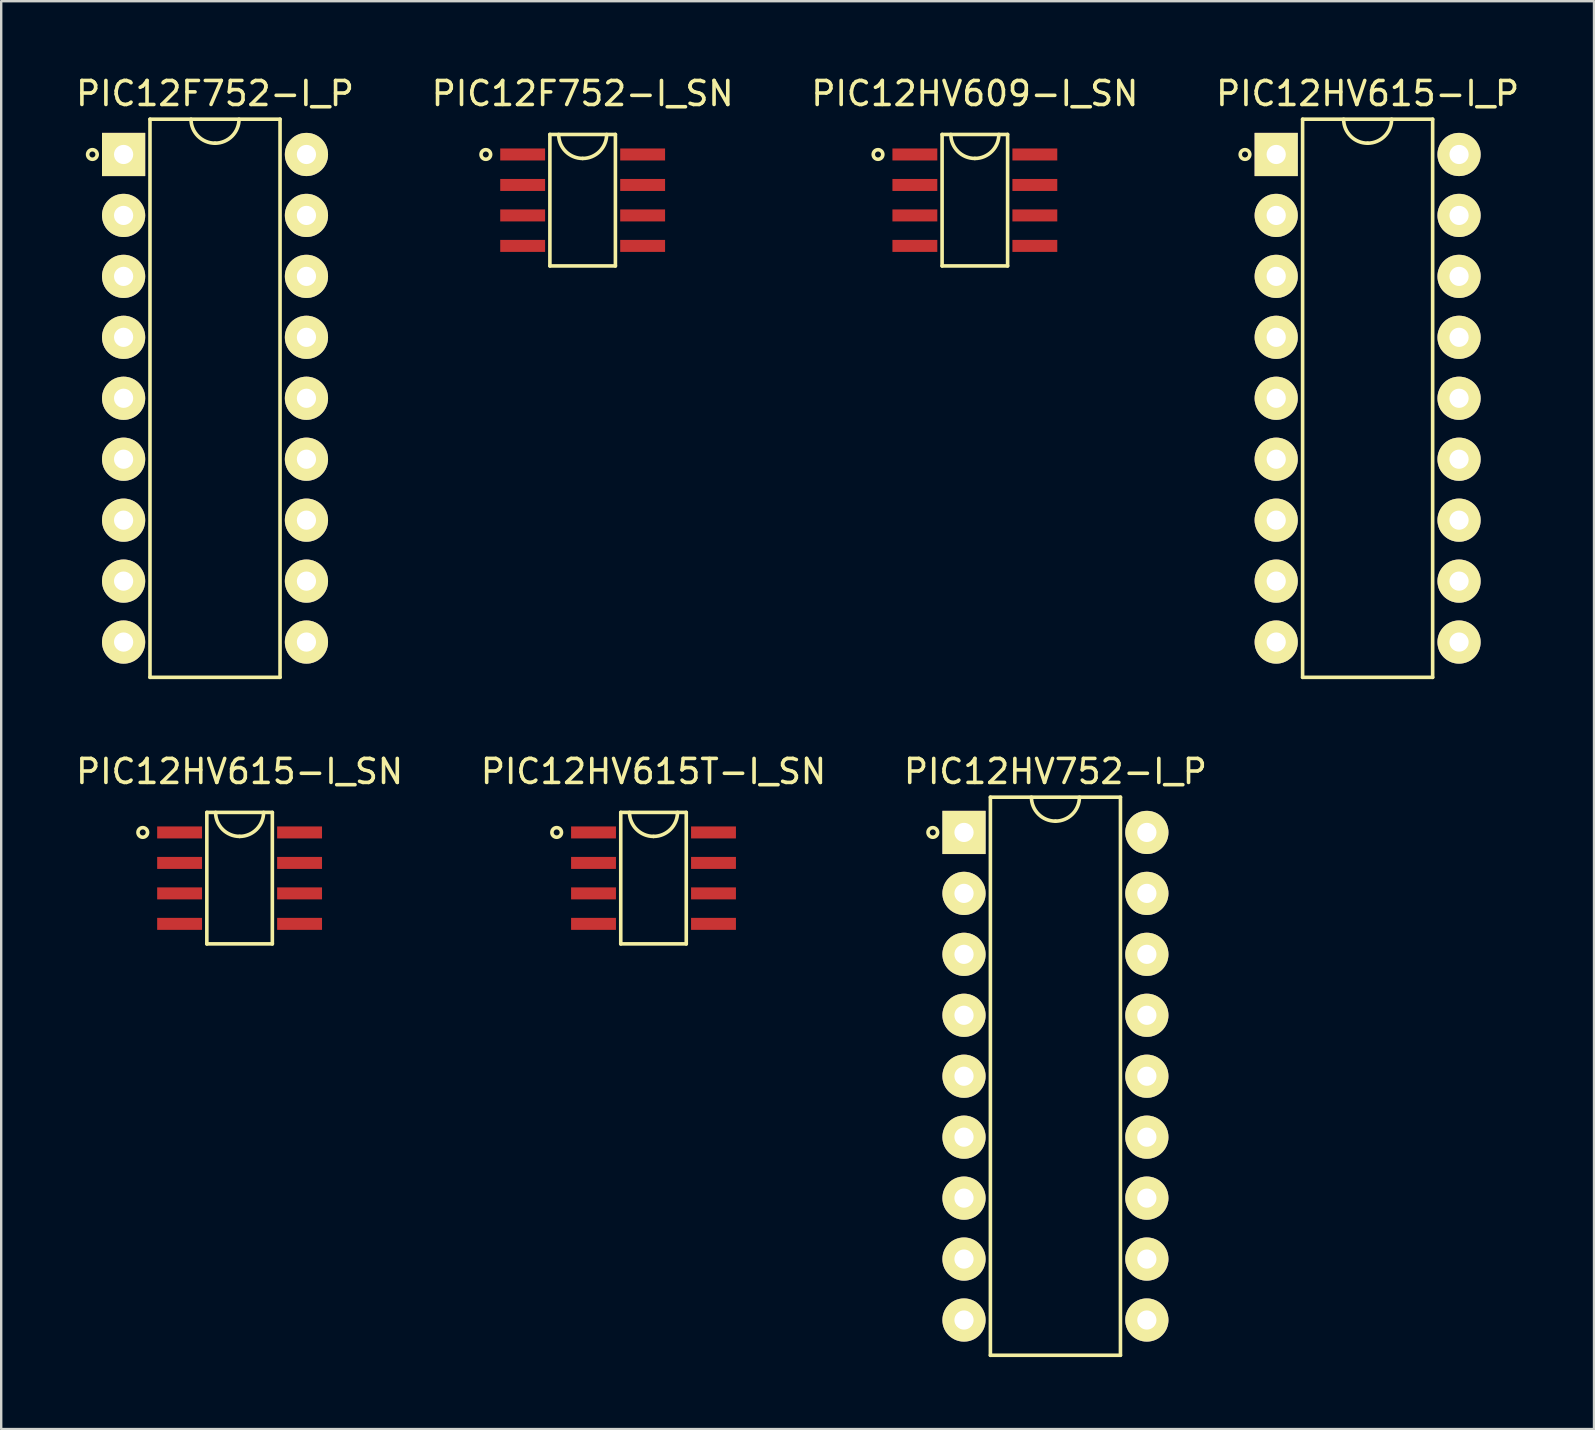
<source format=kicad_pcb>
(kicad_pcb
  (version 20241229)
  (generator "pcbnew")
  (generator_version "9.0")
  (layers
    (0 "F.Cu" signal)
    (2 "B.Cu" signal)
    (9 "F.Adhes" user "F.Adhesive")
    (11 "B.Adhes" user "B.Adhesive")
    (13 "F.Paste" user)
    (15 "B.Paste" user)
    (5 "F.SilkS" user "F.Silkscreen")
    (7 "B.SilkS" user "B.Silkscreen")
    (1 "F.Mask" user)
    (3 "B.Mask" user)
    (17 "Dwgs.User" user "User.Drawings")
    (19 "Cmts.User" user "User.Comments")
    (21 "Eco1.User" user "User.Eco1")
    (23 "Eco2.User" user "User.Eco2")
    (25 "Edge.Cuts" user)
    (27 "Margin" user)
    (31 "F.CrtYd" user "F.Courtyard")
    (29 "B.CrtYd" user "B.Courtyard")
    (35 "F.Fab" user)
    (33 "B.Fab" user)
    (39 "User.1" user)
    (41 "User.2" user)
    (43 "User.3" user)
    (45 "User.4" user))
  (footprint "PIC12HV615-I_SN"
    (layer "F.Cu")
    (at 4.435 31.642)
    (property "Reference" "PIC12HV615-I_SN" (at 2.5 -2.54 0) (layer "F.SilkS") (effects (font (size 1 1) (thickness 0.15))))
    (attr through_hole)
    (fp_line (start 1.135 -0.835) (end 3.865 -0.835) (stroke (width 0.15) (type solid)) (layer "F.SilkS"))
    (fp_line (start 1.135 4.645) (end 1.135 -0.835) (stroke (width 0.15) (type solid)) (layer "F.SilkS"))
    (fp_line (start 3.865 -0.835) (end 3.865 4.645) (stroke (width 0.15) (type solid)) (layer "F.SilkS"))
    (fp_line (start 3.865 4.645) (end 1.135 4.645) (stroke (width 0.15) (type solid)) (layer "F.SilkS"))
    (fp_arc (start 2.5 0.165) (mid 1.792893 -0.127893) (end 1.5 -0.835) (stroke (width 0.15) (type solid)) (layer "F.SilkS"))
    (fp_arc (start 3.5 -0.835) (mid 3.207107 -0.127893) (end 2.5 0.165) (stroke (width 0.15) (type solid)) (layer "F.SilkS"))
    (fp_circle (center -1.535 0) (end -1.535 0.2) (stroke (width 0.15) (type solid)) (fill no) (layer "F.SilkS"))
    (pad "1" smd rect (at 0 0) (size 1.87 0.5) (layers "F.Cu" "F.Mask" "F.Paste"))
    (pad "2" smd rect (at 0 1.27) (size 1.87 0.5) (layers "F.Cu" "F.Mask" "F.Paste"))
    (pad "3" smd rect (at 0 2.54) (size 1.87 0.5) (layers "F.Cu" "F.Mask" "F.Paste"))
    (pad "4" smd rect (at 0 3.81) (size 1.87 0.5) (layers "F.Cu" "F.Mask" "F.Paste"))
    (pad "5" smd rect (at 5 3.81) (size 1.87 0.5) (layers "F.Cu" "F.Mask" "F.Paste"))
    (pad "6" smd rect (at 5 2.54) (size 1.87 0.5) (layers "F.Cu" "F.Mask" "F.Paste"))
    (pad "7" smd rect (at 5 1.27) (size 1.87 0.5) (layers "F.Cu" "F.Mask" "F.Paste"))
    (pad "8" smd rect (at 5 0) (size 1.87 0.5) (layers "F.Cu" "F.Mask" "F.Paste")))
  (footprint "PIC12HV752-I_P"
    (layer "F.Cu")
    (at 37.125 31.642)
    (property "Reference" "PIC12HV752-I_P" (at 3.81 -2.54 0) (layer "F.SilkS") (effects (font (size 1 1) (thickness 0.15))))
    (attr through_hole)
    (fp_line (start 1.1 -1.47) (end 6.52 -1.47) (stroke (width 0.15) (type solid)) (layer "F.SilkS"))
    (fp_line (start 1.1 21.79) (end 1.1 -1.47) (stroke (width 0.15) (type solid)) (layer "F.SilkS"))
    (fp_line (start 6.52 -1.47) (end 6.52 21.79) (stroke (width 0.15) (type solid)) (layer "F.SilkS"))
    (fp_line (start 6.52 21.79) (end 1.1 21.79) (stroke (width 0.15) (type solid)) (layer "F.SilkS"))
    (fp_arc (start 3.81 -0.47) (mid 3.102893 -0.762893) (end 2.81 -1.47) (stroke (width 0.15) (type solid)) (layer "F.SilkS"))
    (fp_arc (start 4.81 -1.47) (mid 4.517107 -0.762893) (end 3.81 -0.47) (stroke (width 0.15) (type solid)) (layer "F.SilkS"))
    (fp_circle (center -1.3 0) (end -1.3 0.2) (stroke (width 0.15) (type solid)) (fill no) (layer "F.SilkS"))
    (pad "1" thru_hole rect (at 0 0) (size 1.8 1.8) (drill 0.8) (layers "*.Cu" "*.Mask" "F.SilkS"))
    (pad "2" thru_hole circle (at 0 2.54) (size 1.8 1.8) (drill 0.8) (layers "*.Cu" "*.Mask" "F.SilkS"))
    (pad "3" thru_hole circle (at 0 5.08) (size 1.8 1.8) (drill 0.8) (layers "*.Cu" "*.Mask" "F.SilkS"))
    (pad "4" thru_hole circle (at 0 7.62) (size 1.8 1.8) (drill 0.8) (layers "*.Cu" "*.Mask" "F.SilkS"))
    (pad "5" thru_hole circle (at 0 10.16) (size 1.8 1.8) (drill 0.8) (layers "*.Cu" "*.Mask" "F.SilkS"))
    (pad "6" thru_hole circle (at 0 12.7) (size 1.8 1.8) (drill 0.8) (layers "*.Cu" "*.Mask" "F.SilkS"))
    (pad "7" thru_hole circle (at 0 15.24) (size 1.8 1.8) (drill 0.8) (layers "*.Cu" "*.Mask" "F.SilkS"))
    (pad "8" thru_hole circle (at 0 17.78) (size 1.8 1.8) (drill 0.8) (layers "*.Cu" "*.Mask" "F.SilkS"))
    (pad "9" thru_hole circle (at 0 20.32) (size 1.8 1.8) (drill 0.8) (layers "*.Cu" "*.Mask" "F.SilkS"))
    (pad "10" thru_hole circle (at 7.62 20.32) (size 1.8 1.8) (drill 0.8) (layers "*.Cu" "*.Mask" "F.SilkS"))
    (pad "11" thru_hole circle (at 7.62 17.78) (size 1.8 1.8) (drill 0.8) (layers "*.Cu" "*.Mask" "F.SilkS"))
    (pad "12" thru_hole circle (at 7.62 15.24) (size 1.8 1.8) (drill 0.8) (layers "*.Cu" "*.Mask" "F.SilkS"))
    (pad "13" thru_hole circle (at 7.62 12.7) (size 1.8 1.8) (drill 0.8) (layers "*.Cu" "*.Mask" "F.SilkS"))
    (pad "14" thru_hole circle (at 7.62 10.16) (size 1.8 1.8) (drill 0.8) (layers "*.Cu" "*.Mask" "F.SilkS"))
    (pad "15" thru_hole circle (at 7.62 7.62) (size 1.8 1.8) (drill 0.8) (layers "*.Cu" "*.Mask" "F.SilkS"))
    (pad "16" thru_hole circle (at 7.62 5.08) (size 1.8 1.8) (drill 0.8) (layers "*.Cu" "*.Mask" "F.SilkS"))
    (pad "17" thru_hole circle (at 7.62 2.54) (size 1.8 1.8) (drill 0.8) (layers "*.Cu" "*.Mask" "F.SilkS"))
    (pad "18" thru_hole circle (at 7.62 0) (size 1.8 1.8) (drill 0.8) (layers "*.Cu" "*.Mask" "F.SilkS")))
  (footprint "PIC12HV615-I_P"
    (layer "F.Cu")
    (at 50.136 3.388)
    (property "Reference" "PIC12HV615-I_P" (at 3.81 -2.54 0) (layer "F.SilkS") (effects (font (size 1 1) (thickness 0.15))))
    (attr through_hole)
    (fp_line (start 1.1 -1.47) (end 6.52 -1.47) (stroke (width 0.15) (type solid)) (layer "F.SilkS"))
    (fp_line (start 1.1 21.79) (end 1.1 -1.47) (stroke (width 0.15) (type solid)) (layer "F.SilkS"))
    (fp_line (start 6.52 -1.47) (end 6.52 21.79) (stroke (width 0.15) (type solid)) (layer "F.SilkS"))
    (fp_line (start 6.52 21.79) (end 1.1 21.79) (stroke (width 0.15) (type solid)) (layer "F.SilkS"))
    (fp_arc (start 3.81 -0.47) (mid 3.102893 -0.762893) (end 2.81 -1.47) (stroke (width 0.15) (type solid)) (layer "F.SilkS"))
    (fp_arc (start 4.81 -1.47) (mid 4.517107 -0.762893) (end 3.81 -0.47) (stroke (width 0.15) (type solid)) (layer "F.SilkS"))
    (fp_circle (center -1.3 0) (end -1.3 0.2) (stroke (width 0.15) (type solid)) (fill no) (layer "F.SilkS"))
    (pad "1" thru_hole rect (at 0 0) (size 1.8 1.8) (drill 0.8) (layers "*.Cu" "*.Mask" "F.SilkS"))
    (pad "2" thru_hole circle (at 0 2.54) (size 1.8 1.8) (drill 0.8) (layers "*.Cu" "*.Mask" "F.SilkS"))
    (pad "3" thru_hole circle (at 0 5.08) (size 1.8 1.8) (drill 0.8) (layers "*.Cu" "*.Mask" "F.SilkS"))
    (pad "4" thru_hole circle (at 0 7.62) (size 1.8 1.8) (drill 0.8) (layers "*.Cu" "*.Mask" "F.SilkS"))
    (pad "5" thru_hole circle (at 0 10.16) (size 1.8 1.8) (drill 0.8) (layers "*.Cu" "*.Mask" "F.SilkS"))
    (pad "6" thru_hole circle (at 0 12.7) (size 1.8 1.8) (drill 0.8) (layers "*.Cu" "*.Mask" "F.SilkS"))
    (pad "7" thru_hole circle (at 0 15.24) (size 1.8 1.8) (drill 0.8) (layers "*.Cu" "*.Mask" "F.SilkS"))
    (pad "8" thru_hole circle (at 0 17.78) (size 1.8 1.8) (drill 0.8) (layers "*.Cu" "*.Mask" "F.SilkS"))
    (pad "9" thru_hole circle (at 0 20.32) (size 1.8 1.8) (drill 0.8) (layers "*.Cu" "*.Mask" "F.SilkS"))
    (pad "10" thru_hole circle (at 7.62 20.32) (size 1.8 1.8) (drill 0.8) (layers "*.Cu" "*.Mask" "F.SilkS"))
    (pad "11" thru_hole circle (at 7.62 17.78) (size 1.8 1.8) (drill 0.8) (layers "*.Cu" "*.Mask" "F.SilkS"))
    (pad "12" thru_hole circle (at 7.62 15.24) (size 1.8 1.8) (drill 0.8) (layers "*.Cu" "*.Mask" "F.SilkS"))
    (pad "13" thru_hole circle (at 7.62 12.7) (size 1.8 1.8) (drill 0.8) (layers "*.Cu" "*.Mask" "F.SilkS"))
    (pad "14" thru_hole circle (at 7.62 10.16) (size 1.8 1.8) (drill 0.8) (layers "*.Cu" "*.Mask" "F.SilkS"))
    (pad "15" thru_hole circle (at 7.62 7.62) (size 1.8 1.8) (drill 0.8) (layers "*.Cu" "*.Mask" "F.SilkS"))
    (pad "16" thru_hole circle (at 7.62 5.08) (size 1.8 1.8) (drill 0.8) (layers "*.Cu" "*.Mask" "F.SilkS"))
    (pad "17" thru_hole circle (at 7.62 2.54) (size 1.8 1.8) (drill 0.8) (layers "*.Cu" "*.Mask" "F.SilkS"))
    (pad "18" thru_hole circle (at 7.62 0) (size 1.8 1.8) (drill 0.8) (layers "*.Cu" "*.Mask" "F.SilkS")))
  (footprint "PIC12F752-I_P"
    (layer "F.Cu")
    (at 2.101 3.388)
    (property "Reference" "PIC12F752-I_P" (at 3.81 -2.54 0) (layer "F.SilkS") (effects (font (size 1 1) (thickness 0.15))))
    (attr through_hole)
    (fp_line (start 1.1 -1.47) (end 6.52 -1.47) (stroke (width 0.15) (type solid)) (layer "F.SilkS"))
    (fp_line (start 1.1 21.79) (end 1.1 -1.47) (stroke (width 0.15) (type solid)) (layer "F.SilkS"))
    (fp_line (start 6.52 -1.47) (end 6.52 21.79) (stroke (width 0.15) (type solid)) (layer "F.SilkS"))
    (fp_line (start 6.52 21.79) (end 1.1 21.79) (stroke (width 0.15) (type solid)) (layer "F.SilkS"))
    (fp_arc (start 3.81 -0.47) (mid 3.102893 -0.762893) (end 2.81 -1.47) (stroke (width 0.15) (type solid)) (layer "F.SilkS"))
    (fp_arc (start 4.81 -1.47) (mid 4.517107 -0.762893) (end 3.81 -0.47) (stroke (width 0.15) (type solid)) (layer "F.SilkS"))
    (fp_circle (center -1.3 0) (end -1.3 0.2) (stroke (width 0.15) (type solid)) (fill no) (layer "F.SilkS"))
    (pad "1" thru_hole rect (at 0 0) (size 1.8 1.8) (drill 0.8) (layers "*.Cu" "*.Mask" "F.SilkS"))
    (pad "2" thru_hole circle (at 0 2.54) (size 1.8 1.8) (drill 0.8) (layers "*.Cu" "*.Mask" "F.SilkS"))
    (pad "3" thru_hole circle (at 0 5.08) (size 1.8 1.8) (drill 0.8) (layers "*.Cu" "*.Mask" "F.SilkS"))
    (pad "4" thru_hole circle (at 0 7.62) (size 1.8 1.8) (drill 0.8) (layers "*.Cu" "*.Mask" "F.SilkS"))
    (pad "5" thru_hole circle (at 0 10.16) (size 1.8 1.8) (drill 0.8) (layers "*.Cu" "*.Mask" "F.SilkS"))
    (pad "6" thru_hole circle (at 0 12.7) (size 1.8 1.8) (drill 0.8) (layers "*.Cu" "*.Mask" "F.SilkS"))
    (pad "7" thru_hole circle (at 0 15.24) (size 1.8 1.8) (drill 0.8) (layers "*.Cu" "*.Mask" "F.SilkS"))
    (pad "8" thru_hole circle (at 0 17.78) (size 1.8 1.8) (drill 0.8) (layers "*.Cu" "*.Mask" "F.SilkS"))
    (pad "9" thru_hole circle (at 0 20.32) (size 1.8 1.8) (drill 0.8) (layers "*.Cu" "*.Mask" "F.SilkS"))
    (pad "10" thru_hole circle (at 7.62 20.32) (size 1.8 1.8) (drill 0.8) (layers "*.Cu" "*.Mask" "F.SilkS"))
    (pad "11" thru_hole circle (at 7.62 17.78) (size 1.8 1.8) (drill 0.8) (layers "*.Cu" "*.Mask" "F.SilkS"))
    (pad "12" thru_hole circle (at 7.62 15.24) (size 1.8 1.8) (drill 0.8) (layers "*.Cu" "*.Mask" "F.SilkS"))
    (pad "13" thru_hole circle (at 7.62 12.7) (size 1.8 1.8) (drill 0.8) (layers "*.Cu" "*.Mask" "F.SilkS"))
    (pad "14" thru_hole circle (at 7.62 10.16) (size 1.8 1.8) (drill 0.8) (layers "*.Cu" "*.Mask" "F.SilkS"))
    (pad "15" thru_hole circle (at 7.62 7.62) (size 1.8 1.8) (drill 0.8) (layers "*.Cu" "*.Mask" "F.SilkS"))
    (pad "16" thru_hole circle (at 7.62 5.08) (size 1.8 1.8) (drill 0.8) (layers "*.Cu" "*.Mask" "F.SilkS"))
    (pad "17" thru_hole circle (at 7.62 2.54) (size 1.8 1.8) (drill 0.8) (layers "*.Cu" "*.Mask" "F.SilkS"))
    (pad "18" thru_hole circle (at 7.62 0) (size 1.8 1.8) (drill 0.8) (layers "*.Cu" "*.Mask" "F.SilkS")))
  (footprint "PIC12F752-I_SN"
    (layer "F.Cu")
    (at 18.732 3.388)
    (property "Reference" "PIC12F752-I_SN" (at 2.5 -2.54 0) (layer "F.SilkS") (effects (font (size 1 1) (thickness 0.15))))
    (attr through_hole)
    (fp_line (start 1.135 -0.835) (end 3.865 -0.835) (stroke (width 0.15) (type solid)) (layer "F.SilkS"))
    (fp_line (start 1.135 4.645) (end 1.135 -0.835) (stroke (width 0.15) (type solid)) (layer "F.SilkS"))
    (fp_line (start 3.865 -0.835) (end 3.865 4.645) (stroke (width 0.15) (type solid)) (layer "F.SilkS"))
    (fp_line (start 3.865 4.645) (end 1.135 4.645) (stroke (width 0.15) (type solid)) (layer "F.SilkS"))
    (fp_arc (start 2.5 0.165) (mid 1.792893 -0.127893) (end 1.5 -0.835) (stroke (width 0.15) (type solid)) (layer "F.SilkS"))
    (fp_arc (start 3.5 -0.835) (mid 3.207107 -0.127893) (end 2.5 0.165) (stroke (width 0.15) (type solid)) (layer "F.SilkS"))
    (fp_circle (center -1.535 0) (end -1.535 0.2) (stroke (width 0.15) (type solid)) (fill no) (layer "F.SilkS"))
    (pad "1" smd rect (at 0 0) (size 1.87 0.5) (layers "F.Cu" "F.Mask" "F.Paste"))
    (pad "2" smd rect (at 0 1.27) (size 1.87 0.5) (layers "F.Cu" "F.Mask" "F.Paste"))
    (pad "3" smd rect (at 0 2.54) (size 1.87 0.5) (layers "F.Cu" "F.Mask" "F.Paste"))
    (pad "4" smd rect (at 0 3.81) (size 1.87 0.5) (layers "F.Cu" "F.Mask" "F.Paste"))
    (pad "5" smd rect (at 5 3.81) (size 1.87 0.5) (layers "F.Cu" "F.Mask" "F.Paste"))
    (pad "6" smd rect (at 5 2.54) (size 1.87 0.5) (layers "F.Cu" "F.Mask" "F.Paste"))
    (pad "7" smd rect (at 5 1.27) (size 1.87 0.5) (layers "F.Cu" "F.Mask" "F.Paste"))
    (pad "8" smd rect (at 5 0) (size 1.87 0.5) (layers "F.Cu" "F.Mask" "F.Paste")))
  (footprint "PIC12HV609-I_SN"
    (layer "F.Cu")
    (at 35.077 3.388)
    (property "Reference" "PIC12HV609-I_SN" (at 2.5 -2.54 0) (layer "F.SilkS") (effects (font (size 1 1) (thickness 0.15))))
    (attr through_hole)
    (fp_line (start 1.135 -0.835) (end 3.865 -0.835) (stroke (width 0.15) (type solid)) (layer "F.SilkS"))
    (fp_line (start 1.135 4.645) (end 1.135 -0.835) (stroke (width 0.15) (type solid)) (layer "F.SilkS"))
    (fp_line (start 3.865 -0.835) (end 3.865 4.645) (stroke (width 0.15) (type solid)) (layer "F.SilkS"))
    (fp_line (start 3.865 4.645) (end 1.135 4.645) (stroke (width 0.15) (type solid)) (layer "F.SilkS"))
    (fp_arc (start 2.5 0.165) (mid 1.792893 -0.127893) (end 1.5 -0.835) (stroke (width 0.15) (type solid)) (layer "F.SilkS"))
    (fp_arc (start 3.5 -0.835) (mid 3.207107 -0.127893) (end 2.5 0.165) (stroke (width 0.15) (type solid)) (layer "F.SilkS"))
    (fp_circle (center -1.535 0) (end -1.535 0.2) (stroke (width 0.15) (type solid)) (fill no) (layer "F.SilkS"))
    (pad "1" smd rect (at 0 0) (size 1.87 0.5) (layers "F.Cu" "F.Mask" "F.Paste"))
    (pad "2" smd rect (at 0 1.27) (size 1.87 0.5) (layers "F.Cu" "F.Mask" "F.Paste"))
    (pad "3" smd rect (at 0 2.54) (size 1.87 0.5) (layers "F.Cu" "F.Mask" "F.Paste"))
    (pad "4" smd rect (at 0 3.81) (size 1.87 0.5) (layers "F.Cu" "F.Mask" "F.Paste"))
    (pad "5" smd rect (at 5 3.81) (size 1.87 0.5) (layers "F.Cu" "F.Mask" "F.Paste"))
    (pad "6" smd rect (at 5 2.54) (size 1.87 0.5) (layers "F.Cu" "F.Mask" "F.Paste"))
    (pad "7" smd rect (at 5 1.27) (size 1.87 0.5) (layers "F.Cu" "F.Mask" "F.Paste"))
    (pad "8" smd rect (at 5 0) (size 1.87 0.5) (layers "F.Cu" "F.Mask" "F.Paste")))
  (footprint "PIC12HV615T-I_SN"
    (layer "F.Cu")
    (at 21.685 31.642)
    (property "Reference" "PIC12HV615T-I_SN" (at 2.5 -2.54 0) (layer "F.SilkS") (effects (font (size 1 1) (thickness 0.15))))
    (attr through_hole)
    (fp_line (start 1.135 -0.835) (end 3.865 -0.835) (stroke (width 0.15) (type solid)) (layer "F.SilkS"))
    (fp_line (start 1.135 4.645) (end 1.135 -0.835) (stroke (width 0.15) (type solid)) (layer "F.SilkS"))
    (fp_line (start 3.865 -0.835) (end 3.865 4.645) (stroke (width 0.15) (type solid)) (layer "F.SilkS"))
    (fp_line (start 3.865 4.645) (end 1.135 4.645) (stroke (width 0.15) (type solid)) (layer "F.SilkS"))
    (fp_arc (start 2.5 0.165) (mid 1.792893 -0.127893) (end 1.5 -0.835) (stroke (width 0.15) (type solid)) (layer "F.SilkS"))
    (fp_arc (start 3.5 -0.835) (mid 3.207107 -0.127893) (end 2.5 0.165) (stroke (width 0.15) (type solid)) (layer "F.SilkS"))
    (fp_circle (center -1.535 0) (end -1.535 0.2) (stroke (width 0.15) (type solid)) (fill no) (layer "F.SilkS"))
    (pad "1" smd rect (at 0 0) (size 1.87 0.5) (layers "F.Cu" "F.Mask" "F.Paste"))
    (pad "2" smd rect (at 0 1.27) (size 1.87 0.5) (layers "F.Cu" "F.Mask" "F.Paste"))
    (pad "3" smd rect (at 0 2.54) (size 1.87 0.5) (layers "F.Cu" "F.Mask" "F.Paste"))
    (pad "4" smd rect (at 0 3.81) (size 1.87 0.5) (layers "F.Cu" "F.Mask" "F.Paste"))
    (pad "5" smd rect (at 5 3.81) (size 1.87 0.5) (layers "F.Cu" "F.Mask" "F.Paste"))
    (pad "6" smd rect (at 5 2.54) (size 1.87 0.5) (layers "F.Cu" "F.Mask" "F.Paste"))
    (pad "7" smd rect (at 5 1.27) (size 1.87 0.5) (layers "F.Cu" "F.Mask" "F.Paste"))
    (pad "8" smd rect (at 5 0) (size 1.87 0.5) (layers "F.Cu" "F.Mask" "F.Paste")))
  (gr_rect
    (start -3 -3)
    (end 63.381 56.507)
    (stroke (width 0.1) (type default))
    (fill no)
    (layer "Edge.Cuts")))
</source>
